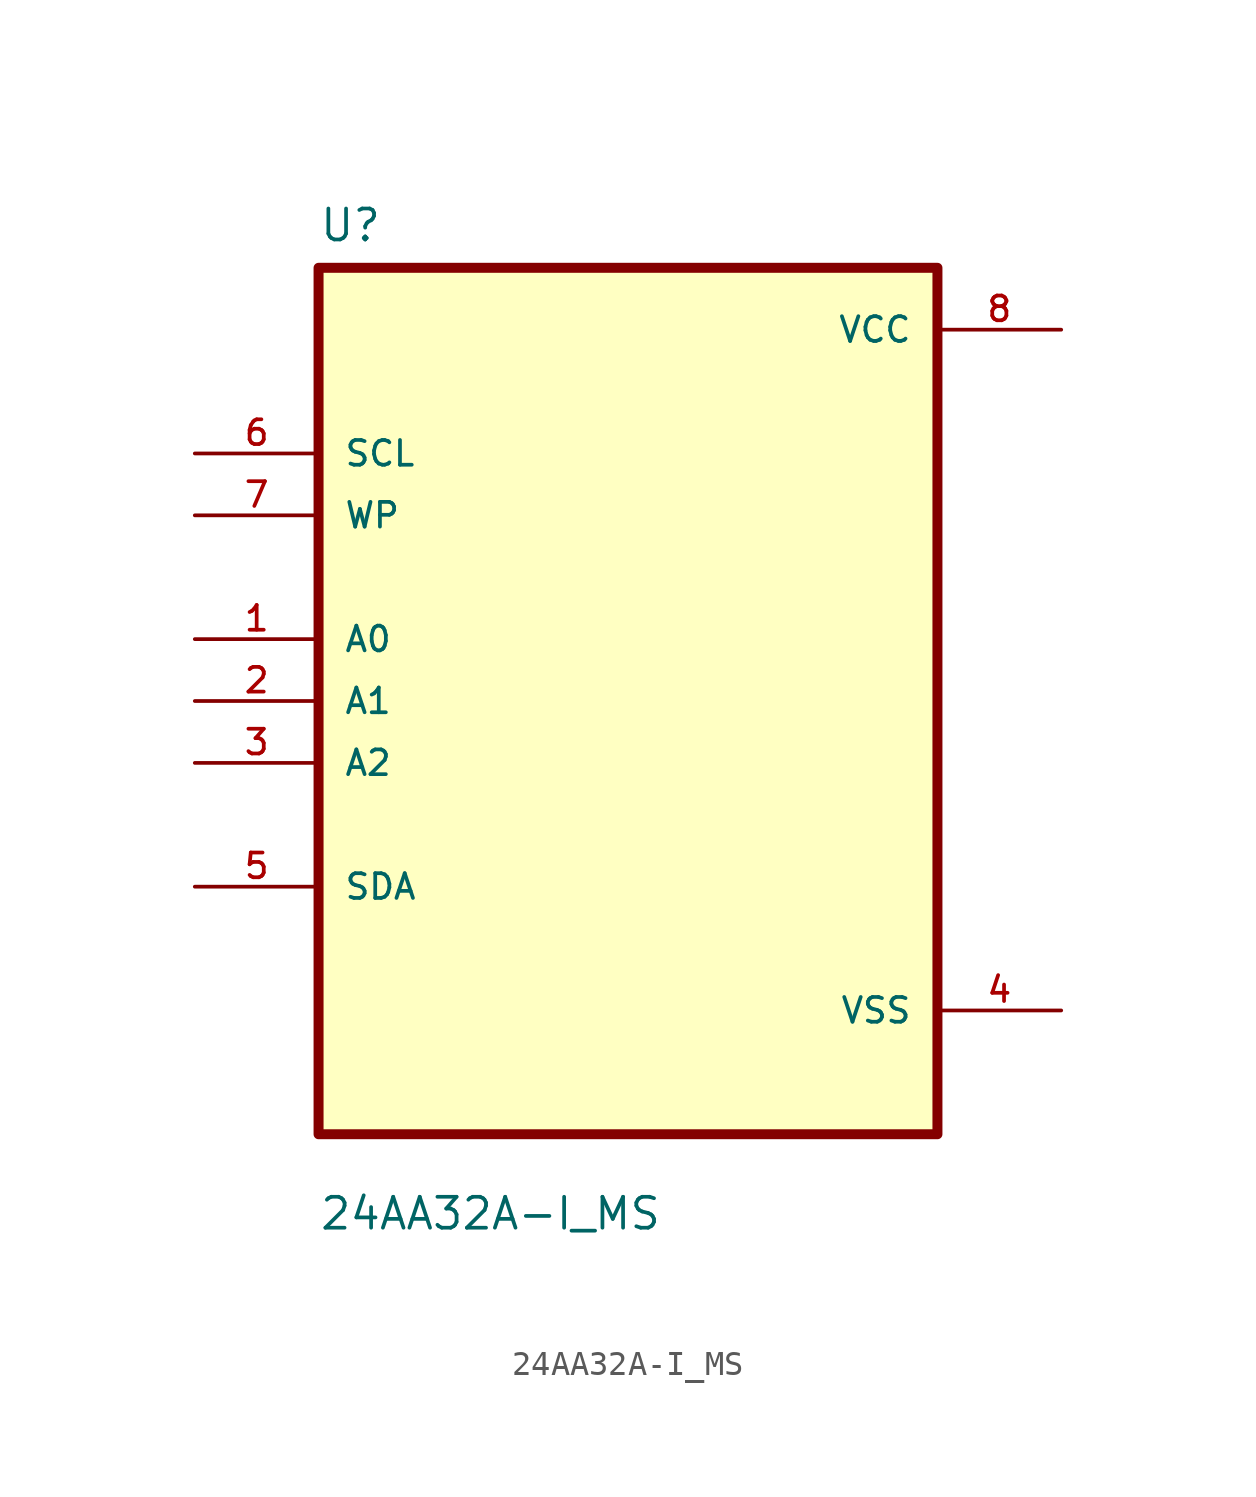
<source format=kicad_sym>
(kicad_symbol_lib
  (version 20211014)
  (generator kicad_symbol_editor)
  (symbol "24AA32A-I_MS"
    (pin_names
      (offset 1.016))
    (property "Reference" "U"
      (at -12.7 18.78 0.0)
      (effects (font (size 1.27 1.27)) (justify bottom left)))
    (property "Value" "24AA32A-I_MS"
      (at -12.7 -21.78 0.0)
      (effects (font (size 1.27 1.27)) (justify bottom left)))
    (symbol "24AA32A-I_MS_0_0"
      (rectangle (start -12.7 -17.78) (end 12.7 17.78) (stroke (width 0.41)) (fill (type background)))
      (pin input line (at -17.78 10.16 0) (length 5.08) (name "SCL" (effects (font (size 1.016 1.016)))) (number "6" (effects (font (size 1.016 1.016)))))
      (pin input line (at -17.78 7.62 0) (length 5.08) (name "WP" (effects (font (size 1.016 1.016)))) (number "7" (effects (font (size 1.016 1.016)))))
      (pin bidirectional line (at -17.78 2.54 0) (length 5.08) (name "A0" (effects (font (size 1.016 1.016)))) (number "1" (effects (font (size 1.016 1.016)))))
      (pin bidirectional line (at -17.78 0.0 0) (length 5.08) (name "A1" (effects (font (size 1.016 1.016)))) (number "2" (effects (font (size 1.016 1.016)))))
      (pin bidirectional line (at -17.78 -2.54 0) (length 5.08) (name "A2" (effects (font (size 1.016 1.016)))) (number "3" (effects (font (size 1.016 1.016)))))
      (pin bidirectional line (at -17.78 -7.62 0) (length 5.08) (name "SDA" (effects (font (size 1.016 1.016)))) (number "5" (effects (font (size 1.016 1.016)))))
      (pin power_in line (at 17.78 15.24 180.0) (length 5.08) (name "VCC" (effects (font (size 1.016 1.016)))) (number "8" (effects (font (size 1.016 1.016)))))
      (pin power_in line (at 17.78 -12.7 180.0) (length 5.08) (name "VSS" (effects (font (size 1.016 1.016)))) (number "4" (effects (font (size 1.016 1.016))))))))
</source>
